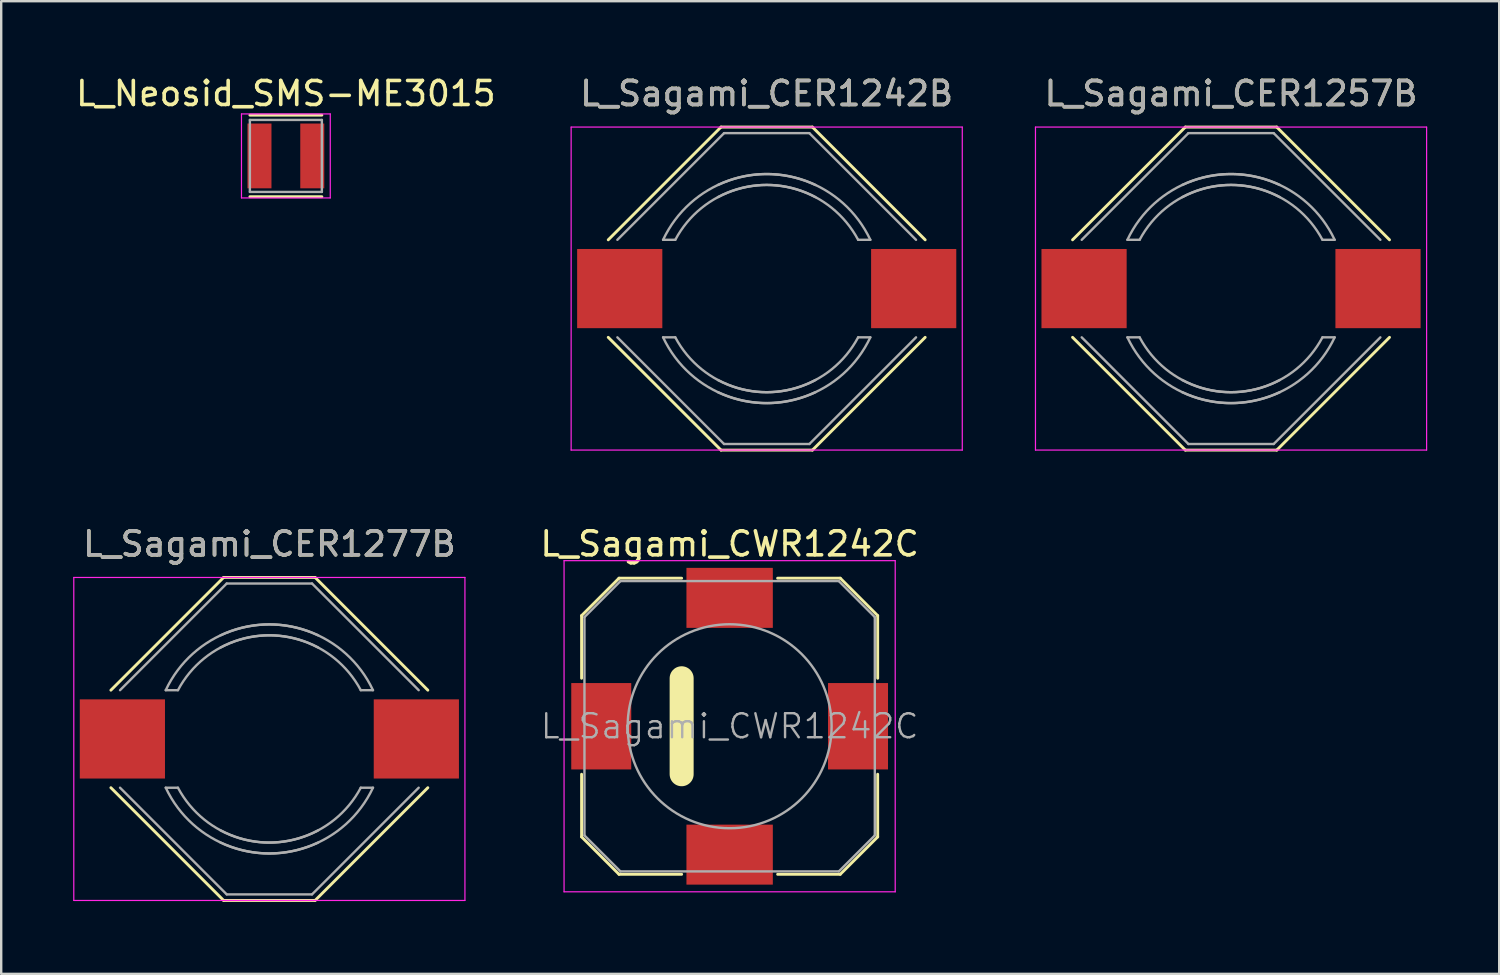
<source format=kicad_pcb>
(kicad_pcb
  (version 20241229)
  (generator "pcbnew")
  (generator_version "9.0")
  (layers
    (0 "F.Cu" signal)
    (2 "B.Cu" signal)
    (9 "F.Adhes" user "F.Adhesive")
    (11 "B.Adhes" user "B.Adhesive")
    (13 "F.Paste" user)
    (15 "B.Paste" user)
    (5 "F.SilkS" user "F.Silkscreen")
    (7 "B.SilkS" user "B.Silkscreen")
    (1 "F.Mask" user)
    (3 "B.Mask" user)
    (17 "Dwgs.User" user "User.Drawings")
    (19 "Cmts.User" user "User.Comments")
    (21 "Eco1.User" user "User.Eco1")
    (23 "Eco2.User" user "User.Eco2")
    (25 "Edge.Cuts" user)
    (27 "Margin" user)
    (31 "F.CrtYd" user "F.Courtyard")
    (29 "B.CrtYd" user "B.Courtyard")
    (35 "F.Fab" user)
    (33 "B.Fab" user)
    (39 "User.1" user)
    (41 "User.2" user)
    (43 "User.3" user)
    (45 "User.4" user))
  (footprint "L_Sagami_CER1257B"
    (layer "F.Cu")
    (at 48.251 8.976)
    (property "Reference" "L_Sagami_CER1257B" (at 0 -8.128 0) (layer "F.SilkS") (effects (font (size 1 1) (thickness 0.15))))
    (attr smd)
    (fp_line (start -6.604 -2.032) (end -1.905 -6.731) (stroke (width 0.12) (type solid)) (layer "F.SilkS"))
    (fp_line (start -6.604 2.032) (end -1.905 6.731) (stroke (width 0.12) (type solid)) (layer "F.SilkS"))
    (fp_line (start -1.905 -6.731) (end 1.905 -6.731) (stroke (width 0.12) (type solid)) (layer "F.SilkS"))
    (fp_line (start -1.905 6.731) (end 1.905 6.731) (stroke (width 0.12) (type solid)) (layer "F.SilkS"))
    (fp_line (start 1.905 -6.731) (end 6.604 -2.032) (stroke (width 0.12) (type solid)) (layer "F.SilkS"))
    (fp_line (start 1.905 6.731) (end 6.604 2.032) (stroke (width 0.12) (type solid)) (layer "F.SilkS"))
    (fp_line (start -8.15 -6.73) (end -8.15 6.73) (stroke (width 0.05) (type solid)) (layer "F.CrtYd"))
    (fp_line (start -8.15 -6.73) (end 8.15 -6.73) (stroke (width 0.05) (type solid)) (layer "F.CrtYd"))
    (fp_line (start -8.15 6.73) (end 8.15 6.73) (stroke (width 0.05) (type solid)) (layer "F.CrtYd"))
    (fp_line (start 8.15 -6.73) (end 8.15 6.73) (stroke (width 0.05) (type solid)) (layer "F.CrtYd"))
    (fp_line (start -6.223 -2.032) (end -1.778 -6.477) (stroke (width 0.1) (type solid)) (layer "F.Fab"))
    (fp_line (start -6.223 2.032) (end -1.778 6.477) (stroke (width 0.1) (type solid)) (layer "F.Fab"))
    (fp_line (start -3.81 -2.032) (end -4.318 -2.032) (stroke (width 0.1) (type solid)) (layer "F.Fab"))
    (fp_line (start -3.81 2.032) (end -4.318 2.032) (stroke (width 0.1) (type solid)) (layer "F.Fab"))
    (fp_line (start -1.778 6.477) (end 1.778 6.477) (stroke (width 0.1) (type solid)) (layer "F.Fab"))
    (fp_line (start 1.778 -6.477) (end -1.778 -6.477) (stroke (width 0.1) (type solid)) (layer "F.Fab"))
    (fp_line (start 1.778 6.477) (end 6.223 2.032) (stroke (width 0.1) (type solid)) (layer "F.Fab"))
    (fp_line (start 3.81 -2.032) (end 4.318 -2.032) (stroke (width 0.1) (type solid)) (layer "F.Fab"))
    (fp_line (start 3.81 2.032) (end 4.318 2.032) (stroke (width 0.1) (type solid)) (layer "F.Fab"))
    (fp_line (start 6.223 -2.032) (end 1.778 -6.477) (stroke (width 0.1) (type solid)) (layer "F.Fab"))
    (fp_arc (start -4.318 -2.032) (mid -1.616446 -4.490128) (end 2.032 -4.318) (stroke (width 0.1) (type solid)) (layer "F.Fab"))
    (fp_arc (start -3.81 -2.032) (mid -1.257236 -4.130918) (end 2.032 -3.81) (stroke (width 0.1) (type solid)) (layer "F.Fab"))
    (fp_arc (start -2.032 -4.318) (mid 1.616446 -4.490128) (end 4.318 -2.032) (stroke (width 0.1) (type solid)) (layer "F.Fab"))
    (fp_arc (start -2.032 -3.81) (mid 1.257236 -4.130918) (end 3.81 -2.032) (stroke (width 0.1) (type solid)) (layer "F.Fab"))
    (fp_arc (start 2.032 3.81) (mid -1.257236 4.130918) (end -3.81 2.032) (stroke (width 0.1) (type solid)) (layer "F.Fab"))
    (fp_arc (start 2.032 4.318) (mid -1.616446 4.490128) (end -4.318 2.032) (stroke (width 0.1) (type solid)) (layer "F.Fab"))
    (fp_arc (start 3.81 2.032) (mid 1.257236 4.130918) (end -2.032 3.81) (stroke (width 0.1) (type solid)) (layer "F.Fab"))
    (fp_arc (start 4.318 2.032) (mid 1.616446 4.490128) (end -2.032 4.318) (stroke (width 0.1) (type solid)) (layer "F.Fab"))
    (fp_text user "${REFERENCE}" (at 0 -8.128 0) (layer "F.Fab") (effects (font (size 1 1) (thickness 0.15))))
    (pad "1" smd rect (at -6.125 0) (size 3.55 3.3) (layers "F.Cu" "F.Mask" "F.Paste"))
    (pad "2" smd rect (at 6.125 0) (size 3.55 3.3) (layers "F.Cu" "F.Mask" "F.Paste")))
  (footprint "L_Sagami_CWR1242C"
    (layer "F.Cu")
    (at 27.356 27.215)
    (property "Reference" "L_Sagami_CWR1242C" (at 0 -7.6 0) (layer "F.SilkS") (effects (font (size 1 1) (thickness 0.15))))
    (attr smd)
    (fp_line (start -6.17 -4.61) (end -6.17 -2) (stroke (width 0.12) (type solid)) (layer "F.SilkS"))
    (fp_line (start -6.17 2) (end -6.17 4.61) (stroke (width 0.12) (type solid)) (layer "F.SilkS"))
    (fp_line (start -4.61 -6.17) (end -6.17 -4.61) (stroke (width 0.12) (type solid)) (layer "F.SilkS"))
    (fp_line (start -4.61 -6.17) (end -2 -6.17) (stroke (width 0.12) (type solid)) (layer "F.SilkS"))
    (fp_line (start -4.61 6.17) (end -6.17 4.61) (stroke (width 0.12) (type solid)) (layer "F.SilkS"))
    (fp_line (start -4.61 6.17) (end -2 6.17) (stroke (width 0.12) (type solid)) (layer "F.SilkS"))
    (fp_line (start -2 -2) (end -2 2) (stroke (width 1) (type solid)) (layer "F.SilkS"))
    (fp_line (start 2 6.17) (end 4.61 6.17) (stroke (width 0.12) (type solid)) (layer "F.SilkS"))
    (fp_line (start 4.61 -6.17) (end 2 -6.17) (stroke (width 0.12) (type solid)) (layer "F.SilkS"))
    (fp_line (start 4.61 -6.17) (end 6.17 -4.61) (stroke (width 0.12) (type solid)) (layer "F.SilkS"))
    (fp_line (start 4.61 6.17) (end 6.17 4.61) (stroke (width 0.12) (type solid)) (layer "F.SilkS"))
    (fp_line (start 6.17 -2) (end 6.17 -4.61) (stroke (width 0.12) (type solid)) (layer "F.SilkS"))
    (fp_line (start 6.17 4.61) (end 6.17 2) (stroke (width 0.12) (type solid)) (layer "F.SilkS"))
    (fp_line (start -6.9 -6.9) (end -6.9 6.9) (stroke (width 0.05) (type solid)) (layer "F.CrtYd"))
    (fp_line (start -6.9 -6.9) (end 6.9 -6.9) (stroke (width 0.05) (type solid)) (layer "F.CrtYd"))
    (fp_line (start -6.9 6.9) (end 6.9 6.9) (stroke (width 0.05) (type solid)) (layer "F.CrtYd"))
    (fp_line (start 6.9 -6.9) (end 6.9 6.9) (stroke (width 0.05) (type solid)) (layer "F.CrtYd"))
    (fp_line (start -6.05 -4.55) (end -4.55 -6.05) (stroke (width 0.1) (type solid)) (layer "F.Fab"))
    (fp_line (start -6.05 4.55) (end -6.05 -4.55) (stroke (width 0.1) (type solid)) (layer "F.Fab"))
    (fp_line (start -6.05 4.55) (end -4.55 6.05) (stroke (width 0.1) (type solid)) (layer "F.Fab"))
    (fp_line (start -4.55 -6.05) (end 4.55 -6.05) (stroke (width 0.1) (type solid)) (layer "F.Fab"))
    (fp_line (start 4.55 -6.05) (end 6.05 -4.55) (stroke (width 0.1) (type solid)) (layer "F.Fab"))
    (fp_line (start 4.55 6.05) (end -4.55 6.05) (stroke (width 0.1) (type solid)) (layer "F.Fab"))
    (fp_line (start 4.55 6.05) (end 6.05 4.55) (stroke (width 0.1) (type solid)) (layer "F.Fab"))
    (fp_line (start 6.05 -4.55) (end 6.05 4.55) (stroke (width 0.1) (type solid)) (layer "F.Fab"))
    (fp_circle (center 0 0) (end 4.25 0) (stroke (width 0.1) (type solid)) (fill no) (layer "F.Fab"))
    (fp_text user "${REFERENCE}" (at 0 0 0) (layer "F.Fab") (effects (font (size 1 1) (thickness 0.1))))
    (pad "1" smd rect (at -5.35 0) (size 2.5 3.6) (layers "F.Cu" "F.Mask" "F.Paste"))
    (pad "1" smd rect (at 0 5.35) (size 3.6 2.5) (layers "F.Cu" "F.Mask" "F.Paste"))
    (pad "2" smd rect (at 0 -5.35) (size 3.6 2.5) (layers "F.Cu" "F.Mask" "F.Paste"))
    (pad "2" smd rect (at 5.35 0) (size 2.5 3.6) (layers "F.Cu" "F.Mask" "F.Paste")))
  (footprint "L_Sagami_CER1242B"
    (layer "F.Cu")
    (at 28.901 8.976)
    (property "Reference" "L_Sagami_CER1242B" (at 0 -8.128 0) (layer "F.SilkS") (effects (font (size 1 1) (thickness 0.15))))
    (attr smd)
    (fp_line (start -6.604 -2.032) (end -1.905 -6.731) (stroke (width 0.12) (type solid)) (layer "F.SilkS"))
    (fp_line (start -6.604 2.032) (end -1.905 6.731) (stroke (width 0.12) (type solid)) (layer "F.SilkS"))
    (fp_line (start -1.905 -6.731) (end 1.905 -6.731) (stroke (width 0.12) (type solid)) (layer "F.SilkS"))
    (fp_line (start -1.905 6.731) (end 1.905 6.731) (stroke (width 0.12) (type solid)) (layer "F.SilkS"))
    (fp_line (start 1.905 -6.731) (end 6.604 -2.032) (stroke (width 0.12) (type solid)) (layer "F.SilkS"))
    (fp_line (start 1.905 6.731) (end 6.604 2.032) (stroke (width 0.12) (type solid)) (layer "F.SilkS"))
    (fp_line (start -8.15 -6.73) (end -8.15 6.73) (stroke (width 0.05) (type solid)) (layer "F.CrtYd"))
    (fp_line (start -8.15 -6.73) (end 8.15 -6.73) (stroke (width 0.05) (type solid)) (layer "F.CrtYd"))
    (fp_line (start -8.15 6.73) (end 8.15 6.73) (stroke (width 0.05) (type solid)) (layer "F.CrtYd"))
    (fp_line (start 8.15 -6.73) (end 8.15 6.73) (stroke (width 0.05) (type solid)) (layer "F.CrtYd"))
    (fp_line (start -6.223 -2.032) (end -1.778 -6.477) (stroke (width 0.1) (type solid)) (layer "F.Fab"))
    (fp_line (start -6.223 2.032) (end -1.778 6.477) (stroke (width 0.1) (type solid)) (layer "F.Fab"))
    (fp_line (start -3.81 -2.032) (end -4.318 -2.032) (stroke (width 0.1) (type solid)) (layer "F.Fab"))
    (fp_line (start -3.81 2.032) (end -4.318 2.032) (stroke (width 0.1) (type solid)) (layer "F.Fab"))
    (fp_line (start -1.778 6.477) (end 1.778 6.477) (stroke (width 0.1) (type solid)) (layer "F.Fab"))
    (fp_line (start 1.778 -6.477) (end -1.778 -6.477) (stroke (width 0.1) (type solid)) (layer "F.Fab"))
    (fp_line (start 1.778 6.477) (end 6.223 2.032) (stroke (width 0.1) (type solid)) (layer "F.Fab"))
    (fp_line (start 3.81 -2.032) (end 4.318 -2.032) (stroke (width 0.1) (type solid)) (layer "F.Fab"))
    (fp_line (start 3.81 2.032) (end 4.318 2.032) (stroke (width 0.1) (type solid)) (layer "F.Fab"))
    (fp_line (start 6.223 -2.032) (end 1.778 -6.477) (stroke (width 0.1) (type solid)) (layer "F.Fab"))
    (fp_arc (start -4.318 -2.032) (mid -1.616446 -4.490128) (end 2.032 -4.318) (stroke (width 0.1) (type solid)) (layer "F.Fab"))
    (fp_arc (start -3.81 -2.032) (mid -1.257236 -4.130918) (end 2.032 -3.81) (stroke (width 0.1) (type solid)) (layer "F.Fab"))
    (fp_arc (start -2.032 -4.318) (mid 1.616446 -4.490128) (end 4.318 -2.032) (stroke (width 0.1) (type solid)) (layer "F.Fab"))
    (fp_arc (start -2.032 -3.81) (mid 1.257236 -4.130918) (end 3.81 -2.032) (stroke (width 0.1) (type solid)) (layer "F.Fab"))
    (fp_arc (start 2.032 3.81) (mid -1.257236 4.130918) (end -3.81 2.032) (stroke (width 0.1) (type solid)) (layer "F.Fab"))
    (fp_arc (start 2.032 4.318) (mid -1.616446 4.490128) (end -4.318 2.032) (stroke (width 0.1) (type solid)) (layer "F.Fab"))
    (fp_arc (start 3.81 2.032) (mid 1.257236 4.130918) (end -2.032 3.81) (stroke (width 0.1) (type solid)) (layer "F.Fab"))
    (fp_arc (start 4.318 2.032) (mid 1.616446 4.490128) (end -2.032 4.318) (stroke (width 0.1) (type solid)) (layer "F.Fab"))
    (fp_text user "${REFERENCE}" (at 0 -8.128 0) (layer "F.Fab") (effects (font (size 1 1) (thickness 0.15))))
    (pad "1" smd rect (at -6.125 0) (size 3.55 3.3) (layers "F.Cu" "F.Mask" "F.Paste"))
    (pad "2" smd rect (at 6.125 0) (size 3.55 3.3) (layers "F.Cu" "F.Mask" "F.Paste")))
  (footprint "L_Neosid_SMS-ME3015"
    (layer "F.Cu")
    (at 8.863 3.448)
    (property "Reference" "L_Neosid_SMS-ME3015" (at 0 -2.6 0) (layer "F.SilkS") (effects (font (size 1 1) (thickness 0.15))))
    (attr smd)
    (fp_line (start 1.5 -1.7) (end -1.5 -1.7) (stroke (width 0.12) (type solid)) (layer "F.SilkS"))
    (fp_line (start 1.5 1.7) (end -1.5 1.7) (stroke (width 0.12) (type solid)) (layer "F.SilkS"))
    (fp_line (start -1.85 -1.75) (end -1.85 1.75) (stroke (width 0.05) (type solid)) (layer "F.CrtYd"))
    (fp_line (start -1.85 -1.75) (end 1.85 -1.75) (stroke (width 0.05) (type solid)) (layer "F.CrtYd"))
    (fp_line (start 1.85 1.75) (end -1.85 1.75) (stroke (width 0.05) (type solid)) (layer "F.CrtYd"))
    (fp_line (start 1.85 1.75) (end 1.85 -1.75) (stroke (width 0.05) (type solid)) (layer "F.CrtYd"))
    (fp_line (start -1.5 -1.5) (end -1.5 1.5) (stroke (width 0.1) (type solid)) (layer "F.Fab"))
    (fp_line (start -1.5 1.5) (end 1.5 1.5) (stroke (width 0.1) (type solid)) (layer "F.Fab"))
    (fp_line (start 1.5 -1.5) (end -1.5 -1.5) (stroke (width 0.1) (type solid)) (layer "F.Fab"))
    (fp_line (start 1.5 1.5) (end 1.5 -1.5) (stroke (width 0.1) (type solid)) (layer "F.Fab"))
    (pad "1" smd rect (at -1.1 0) (size 1 2.7) (layers "F.Cu" "F.Mask" "F.Paste"))
    (pad "2" smd rect (at 1.1 0) (size 1 2.7) (layers "F.Cu" "F.Mask" "F.Paste")))
  (footprint "L_Sagami_CER1277B"
    (layer "F.Cu")
    (at 8.175 27.744)
    (property "Reference" "L_Sagami_CER1277B" (at 0 -8.128 0) (layer "F.SilkS") (effects (font (size 1 1) (thickness 0.15))))
    (attr smd)
    (fp_line (start -6.604 -2.032) (end -1.905 -6.731) (stroke (width 0.12) (type solid)) (layer "F.SilkS"))
    (fp_line (start -6.604 2.032) (end -1.905 6.731) (stroke (width 0.12) (type solid)) (layer "F.SilkS"))
    (fp_line (start -1.905 -6.731) (end 1.905 -6.731) (stroke (width 0.12) (type solid)) (layer "F.SilkS"))
    (fp_line (start -1.905 6.731) (end 1.905 6.731) (stroke (width 0.12) (type solid)) (layer "F.SilkS"))
    (fp_line (start 1.905 -6.731) (end 6.604 -2.032) (stroke (width 0.12) (type solid)) (layer "F.SilkS"))
    (fp_line (start 1.905 6.731) (end 6.604 2.032) (stroke (width 0.12) (type solid)) (layer "F.SilkS"))
    (fp_line (start -8.15 -6.73) (end -8.15 6.73) (stroke (width 0.05) (type solid)) (layer "F.CrtYd"))
    (fp_line (start -8.15 -6.73) (end 8.15 -6.73) (stroke (width 0.05) (type solid)) (layer "F.CrtYd"))
    (fp_line (start -8.15 6.73) (end 8.15 6.73) (stroke (width 0.05) (type solid)) (layer "F.CrtYd"))
    (fp_line (start 8.15 -6.73) (end 8.15 6.73) (stroke (width 0.05) (type solid)) (layer "F.CrtYd"))
    (fp_line (start -6.223 -2.032) (end -1.778 -6.477) (stroke (width 0.1) (type solid)) (layer "F.Fab"))
    (fp_line (start -6.223 2.032) (end -1.778 6.477) (stroke (width 0.1) (type solid)) (layer "F.Fab"))
    (fp_line (start -3.81 -2.032) (end -4.318 -2.032) (stroke (width 0.1) (type solid)) (layer "F.Fab"))
    (fp_line (start -3.81 2.032) (end -4.318 2.032) (stroke (width 0.1) (type solid)) (layer "F.Fab"))
    (fp_line (start -1.778 6.477) (end 1.778 6.477) (stroke (width 0.1) (type solid)) (layer "F.Fab"))
    (fp_line (start 1.778 -6.477) (end -1.778 -6.477) (stroke (width 0.1) (type solid)) (layer "F.Fab"))
    (fp_line (start 1.778 6.477) (end 6.223 2.032) (stroke (width 0.1) (type solid)) (layer "F.Fab"))
    (fp_line (start 3.81 -2.032) (end 4.318 -2.032) (stroke (width 0.1) (type solid)) (layer "F.Fab"))
    (fp_line (start 3.81 2.032) (end 4.318 2.032) (stroke (width 0.1) (type solid)) (layer "F.Fab"))
    (fp_line (start 6.223 -2.032) (end 1.778 -6.477) (stroke (width 0.1) (type solid)) (layer "F.Fab"))
    (fp_arc (start -4.318 -2.032) (mid -1.616446 -4.490128) (end 2.032 -4.318) (stroke (width 0.1) (type solid)) (layer "F.Fab"))
    (fp_arc (start -3.81 -2.032) (mid -1.257236 -4.130918) (end 2.032 -3.81) (stroke (width 0.1) (type solid)) (layer "F.Fab"))
    (fp_arc (start -2.032 -4.318) (mid 1.616446 -4.490128) (end 4.318 -2.032) (stroke (width 0.1) (type solid)) (layer "F.Fab"))
    (fp_arc (start -2.032 -3.81) (mid 1.257236 -4.130918) (end 3.81 -2.032) (stroke (width 0.1) (type solid)) (layer "F.Fab"))
    (fp_arc (start 2.032 3.81) (mid -1.257236 4.130918) (end -3.81 2.032) (stroke (width 0.1) (type solid)) (layer "F.Fab"))
    (fp_arc (start 2.032 4.318) (mid -1.616446 4.490128) (end -4.318 2.032) (stroke (width 0.1) (type solid)) (layer "F.Fab"))
    (fp_arc (start 3.81 2.032) (mid 1.257236 4.130918) (end -2.032 3.81) (stroke (width 0.1) (type solid)) (layer "F.Fab"))
    (fp_arc (start 4.318 2.032) (mid 1.616446 4.490128) (end -2.032 4.318) (stroke (width 0.1) (type solid)) (layer "F.Fab"))
    (fp_text user "${REFERENCE}" (at 0 -8.128 0) (layer "F.Fab") (effects (font (size 1 1) (thickness 0.15))))
    (pad "1" smd rect (at -6.125 0) (size 3.55 3.3) (layers "F.Cu" "F.Mask" "F.Paste"))
    (pad "2" smd rect (at 6.125 0) (size 3.55 3.3) (layers "F.Cu" "F.Mask" "F.Paste")))
  (gr_rect
    (start -3 -3)
    (end 59.426 37.535)
    (stroke (width 0.1) (type default))
    (fill no)
    (layer "Edge.Cuts")))
</source>
